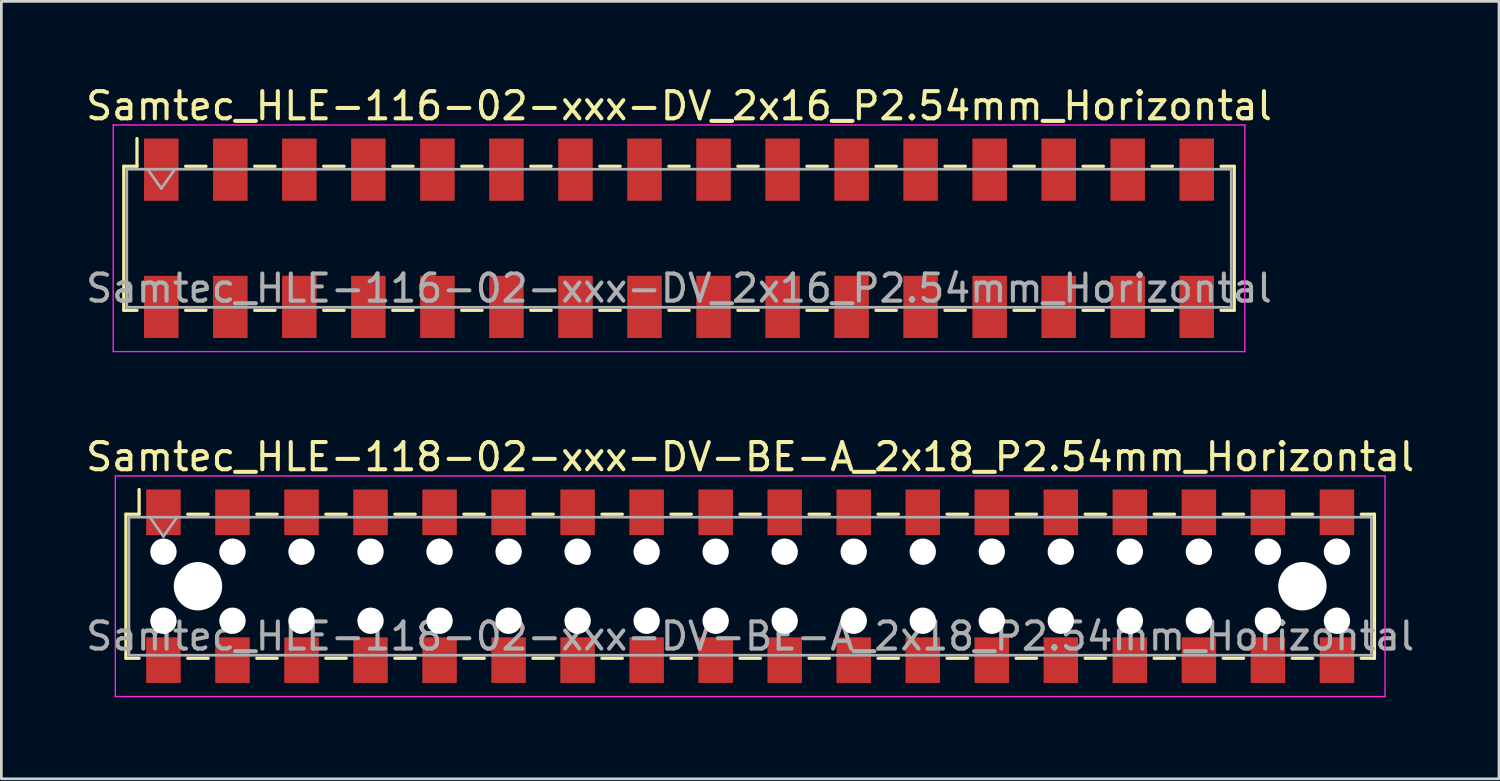
<source format=kicad_pcb>
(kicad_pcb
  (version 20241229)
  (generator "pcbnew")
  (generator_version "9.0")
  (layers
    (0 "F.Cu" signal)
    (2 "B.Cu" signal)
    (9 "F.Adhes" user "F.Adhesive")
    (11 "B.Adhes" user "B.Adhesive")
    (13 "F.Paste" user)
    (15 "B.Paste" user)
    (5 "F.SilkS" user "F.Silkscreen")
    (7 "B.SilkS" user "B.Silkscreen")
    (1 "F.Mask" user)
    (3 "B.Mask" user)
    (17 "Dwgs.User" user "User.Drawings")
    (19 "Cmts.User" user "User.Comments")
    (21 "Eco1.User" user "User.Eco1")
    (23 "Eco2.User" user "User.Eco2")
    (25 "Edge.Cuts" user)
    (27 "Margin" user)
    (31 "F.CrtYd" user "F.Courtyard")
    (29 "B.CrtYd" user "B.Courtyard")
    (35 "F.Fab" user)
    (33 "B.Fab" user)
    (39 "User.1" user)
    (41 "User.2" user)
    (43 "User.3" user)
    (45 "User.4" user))
  (footprint "Samtec_HLE-118-02-xxx-DV-BE-A_2x18_P2.54mm_Horizontal"
    (layer "F.Cu")
    (at 24.554 18.521)
    (property "Reference" "Samtec_HLE-118-02-xxx-DV-BE-A_2x18_P2.54mm_Horizontal" (at 0 -4.76 0) (layer "F.SilkS") (effects (font (size 1 1) (thickness 0.15))))
    (attr smd)
    (fp_line (start -22.97 -2.65) (end -22.97 2.65) (stroke (width 0.12) (type solid)) (layer "F.SilkS"))
    (fp_line (start -22.97 2.65) (end -22.485 2.65) (stroke (width 0.12) (type solid)) (layer "F.SilkS"))
    (fp_line (start -22.485 -3.56) (end -22.485 -2.65) (stroke (width 0.12) (type solid)) (layer "F.SilkS"))
    (fp_line (start -22.485 -2.65) (end -22.97 -2.65) (stroke (width 0.12) (type solid)) (layer "F.SilkS"))
    (fp_line (start -20.695 -2.65) (end -19.945 -2.65) (stroke (width 0.12) (type solid)) (layer "F.SilkS"))
    (fp_line (start -20.695 2.65) (end -19.945 2.65) (stroke (width 0.12) (type solid)) (layer "F.SilkS"))
    (fp_line (start -18.155 -2.65) (end -17.405 -2.65) (stroke (width 0.12) (type solid)) (layer "F.SilkS"))
    (fp_line (start -18.155 2.65) (end -17.405 2.65) (stroke (width 0.12) (type solid)) (layer "F.SilkS"))
    (fp_line (start -15.615 -2.65) (end -14.865 -2.65) (stroke (width 0.12) (type solid)) (layer "F.SilkS"))
    (fp_line (start -15.615 2.65) (end -14.865 2.65) (stroke (width 0.12) (type solid)) (layer "F.SilkS"))
    (fp_line (start -13.075 -2.65) (end -12.325 -2.65) (stroke (width 0.12) (type solid)) (layer "F.SilkS"))
    (fp_line (start -13.075 2.65) (end -12.325 2.65) (stroke (width 0.12) (type solid)) (layer "F.SilkS"))
    (fp_line (start -10.535 -2.65) (end -9.785 -2.65) (stroke (width 0.12) (type solid)) (layer "F.SilkS"))
    (fp_line (start -10.535 2.65) (end -9.785 2.65) (stroke (width 0.12) (type solid)) (layer "F.SilkS"))
    (fp_line (start -7.995 -2.65) (end -7.245 -2.65) (stroke (width 0.12) (type solid)) (layer "F.SilkS"))
    (fp_line (start -7.995 2.65) (end -7.245 2.65) (stroke (width 0.12) (type solid)) (layer "F.SilkS"))
    (fp_line (start -5.455 -2.65) (end -4.705 -2.65) (stroke (width 0.12) (type solid)) (layer "F.SilkS"))
    (fp_line (start -5.455 2.65) (end -4.705 2.65) (stroke (width 0.12) (type solid)) (layer "F.SilkS"))
    (fp_line (start -2.915 -2.65) (end -2.165 -2.65) (stroke (width 0.12) (type solid)) (layer "F.SilkS"))
    (fp_line (start -2.915 2.65) (end -2.165 2.65) (stroke (width 0.12) (type solid)) (layer "F.SilkS"))
    (fp_line (start -0.375 -2.65) (end 0.375 -2.65) (stroke (width 0.12) (type solid)) (layer "F.SilkS"))
    (fp_line (start -0.375 2.65) (end 0.375 2.65) (stroke (width 0.12) (type solid)) (layer "F.SilkS"))
    (fp_line (start 2.165 -2.65) (end 2.915 -2.65) (stroke (width 0.12) (type solid)) (layer "F.SilkS"))
    (fp_line (start 2.165 2.65) (end 2.915 2.65) (stroke (width 0.12) (type solid)) (layer "F.SilkS"))
    (fp_line (start 4.705 -2.65) (end 5.455 -2.65) (stroke (width 0.12) (type solid)) (layer "F.SilkS"))
    (fp_line (start 4.705 2.65) (end 5.455 2.65) (stroke (width 0.12) (type solid)) (layer "F.SilkS"))
    (fp_line (start 7.245 -2.65) (end 7.995 -2.65) (stroke (width 0.12) (type solid)) (layer "F.SilkS"))
    (fp_line (start 7.245 2.65) (end 7.995 2.65) (stroke (width 0.12) (type solid)) (layer "F.SilkS"))
    (fp_line (start 9.785 -2.65) (end 10.535 -2.65) (stroke (width 0.12) (type solid)) (layer "F.SilkS"))
    (fp_line (start 9.785 2.65) (end 10.535 2.65) (stroke (width 0.12) (type solid)) (layer "F.SilkS"))
    (fp_line (start 12.325 -2.65) (end 13.075 -2.65) (stroke (width 0.12) (type solid)) (layer "F.SilkS"))
    (fp_line (start 12.325 2.65) (end 13.075 2.65) (stroke (width 0.12) (type solid)) (layer "F.SilkS"))
    (fp_line (start 14.865 -2.65) (end 15.615 -2.65) (stroke (width 0.12) (type solid)) (layer "F.SilkS"))
    (fp_line (start 14.865 2.65) (end 15.615 2.65) (stroke (width 0.12) (type solid)) (layer "F.SilkS"))
    (fp_line (start 17.405 -2.65) (end 18.155 -2.65) (stroke (width 0.12) (type solid)) (layer "F.SilkS"))
    (fp_line (start 17.405 2.65) (end 18.155 2.65) (stroke (width 0.12) (type solid)) (layer "F.SilkS"))
    (fp_line (start 19.945 -2.65) (end 20.695 -2.65) (stroke (width 0.12) (type solid)) (layer "F.SilkS"))
    (fp_line (start 19.945 2.65) (end 20.695 2.65) (stroke (width 0.12) (type solid)) (layer "F.SilkS"))
    (fp_line (start 22.485 -2.65) (end 22.97 -2.65) (stroke (width 0.12) (type solid)) (layer "F.SilkS"))
    (fp_line (start 22.97 -2.65) (end 22.97 2.65) (stroke (width 0.12) (type solid)) (layer "F.SilkS"))
    (fp_line (start 22.97 2.65) (end 22.485 2.65) (stroke (width 0.12) (type solid)) (layer "F.SilkS"))
    (fp_line (start -23.36 -4.06) (end 23.36 -4.06) (stroke (width 0.05) (type solid)) (layer "F.CrtYd"))
    (fp_line (start -23.36 4.06) (end -23.36 -4.06) (stroke (width 0.05) (type solid)) (layer "F.CrtYd"))
    (fp_line (start 23.36 -4.06) (end 23.36 4.06) (stroke (width 0.05) (type solid)) (layer "F.CrtYd"))
    (fp_line (start 23.36 4.06) (end -23.36 4.06) (stroke (width 0.05) (type solid)) (layer "F.CrtYd"))
    (fp_line (start -22.86 -2.54) (end 22.86 -2.54) (stroke (width 0.1) (type solid)) (layer "F.Fab"))
    (fp_line (start -22.86 2.54) (end -22.86 -2.54) (stroke (width 0.1) (type solid)) (layer "F.Fab"))
    (fp_line (start -22.09 -2.54) (end -21.59 -1.833) (stroke (width 0.1) (type solid)) (layer "F.Fab"))
    (fp_line (start -21.59 -1.833) (end -21.09 -2.54) (stroke (width 0.1) (type solid)) (layer "F.Fab"))
    (fp_line (start 22.86 -2.54) (end 22.86 2.54) (stroke (width 0.1) (type solid)) (layer "F.Fab"))
    (fp_line (start 22.86 2.54) (end -22.86 2.54) (stroke (width 0.1) (type solid)) (layer "F.Fab"))
    (fp_text user "${REFERENCE}" (at 0 1.84 0) (layer "F.Fab") (effects (font (size 1 1) (thickness 0.15))))
    (pad "" np_thru_hole circle (at -21.59 -1.27) (size 0.97 0.97) (drill 0.97) (layers "*.Cu" "*.Mask"))
    (pad "" np_thru_hole circle (at -21.59 1.27) (size 0.97 0.97) (drill 0.97) (layers "*.Cu" "*.Mask"))
    (pad "" np_thru_hole circle (at -20.32 0) (size 1.78 1.78) (drill 1.78) (layers "*.Cu" "*.Mask"))
    (pad "" np_thru_hole circle (at -19.05 -1.27) (size 0.97 0.97) (drill 0.97) (layers "*.Cu" "*.Mask"))
    (pad "" np_thru_hole circle (at -19.05 1.27) (size 0.97 0.97) (drill 0.97) (layers "*.Cu" "*.Mask"))
    (pad "" np_thru_hole circle (at -16.51 -1.27) (size 0.97 0.97) (drill 0.97) (layers "*.Cu" "*.Mask"))
    (pad "" np_thru_hole circle (at -16.51 1.27) (size 0.97 0.97) (drill 0.97) (layers "*.Cu" "*.Mask"))
    (pad "" np_thru_hole circle (at -13.97 -1.27) (size 0.97 0.97) (drill 0.97) (layers "*.Cu" "*.Mask"))
    (pad "" np_thru_hole circle (at -13.97 1.27) (size 0.97 0.97) (drill 0.97) (layers "*.Cu" "*.Mask"))
    (pad "" np_thru_hole circle (at -11.43 -1.27) (size 0.97 0.97) (drill 0.97) (layers "*.Cu" "*.Mask"))
    (pad "" np_thru_hole circle (at -11.43 1.27) (size 0.97 0.97) (drill 0.97) (layers "*.Cu" "*.Mask"))
    (pad "" np_thru_hole circle (at -8.89 -1.27) (size 0.97 0.97) (drill 0.97) (layers "*.Cu" "*.Mask"))
    (pad "" np_thru_hole circle (at -8.89 1.27) (size 0.97 0.97) (drill 0.97) (layers "*.Cu" "*.Mask"))
    (pad "" np_thru_hole circle (at -6.35 -1.27) (size 0.97 0.97) (drill 0.97) (layers "*.Cu" "*.Mask"))
    (pad "" np_thru_hole circle (at -6.35 1.27) (size 0.97 0.97) (drill 0.97) (layers "*.Cu" "*.Mask"))
    (pad "" np_thru_hole circle (at -3.81 -1.27) (size 0.97 0.97) (drill 0.97) (layers "*.Cu" "*.Mask"))
    (pad "" np_thru_hole circle (at -3.81 1.27) (size 0.97 0.97) (drill 0.97) (layers "*.Cu" "*.Mask"))
    (pad "" np_thru_hole circle (at -1.27 -1.27) (size 0.97 0.97) (drill 0.97) (layers "*.Cu" "*.Mask"))
    (pad "" np_thru_hole circle (at -1.27 1.27) (size 0.97 0.97) (drill 0.97) (layers "*.Cu" "*.Mask"))
    (pad "" np_thru_hole circle (at 1.27 -1.27) (size 0.97 0.97) (drill 0.97) (layers "*.Cu" "*.Mask"))
    (pad "" np_thru_hole circle (at 1.27 1.27) (size 0.97 0.97) (drill 0.97) (layers "*.Cu" "*.Mask"))
    (pad "" np_thru_hole circle (at 3.81 -1.27) (size 0.97 0.97) (drill 0.97) (layers "*.Cu" "*.Mask"))
    (pad "" np_thru_hole circle (at 3.81 1.27) (size 0.97 0.97) (drill 0.97) (layers "*.Cu" "*.Mask"))
    (pad "" np_thru_hole circle (at 6.35 -1.27) (size 0.97 0.97) (drill 0.97) (layers "*.Cu" "*.Mask"))
    (pad "" np_thru_hole circle (at 6.35 1.27) (size 0.97 0.97) (drill 0.97) (layers "*.Cu" "*.Mask"))
    (pad "" np_thru_hole circle (at 8.89 -1.27) (size 0.97 0.97) (drill 0.97) (layers "*.Cu" "*.Mask"))
    (pad "" np_thru_hole circle (at 8.89 1.27) (size 0.97 0.97) (drill 0.97) (layers "*.Cu" "*.Mask"))
    (pad "" np_thru_hole circle (at 11.43 -1.27) (size 0.97 0.97) (drill 0.97) (layers "*.Cu" "*.Mask"))
    (pad "" np_thru_hole circle (at 11.43 1.27) (size 0.97 0.97) (drill 0.97) (layers "*.Cu" "*.Mask"))
    (pad "" np_thru_hole circle (at 13.97 -1.27) (size 0.97 0.97) (drill 0.97) (layers "*.Cu" "*.Mask"))
    (pad "" np_thru_hole circle (at 13.97 1.27) (size 0.97 0.97) (drill 0.97) (layers "*.Cu" "*.Mask"))
    (pad "" np_thru_hole circle (at 16.51 -1.27) (size 0.97 0.97) (drill 0.97) (layers "*.Cu" "*.Mask"))
    (pad "" np_thru_hole circle (at 16.51 1.27) (size 0.97 0.97) (drill 0.97) (layers "*.Cu" "*.Mask"))
    (pad "" np_thru_hole circle (at 19.05 -1.27) (size 0.97 0.97) (drill 0.97) (layers "*.Cu" "*.Mask"))
    (pad "" np_thru_hole circle (at 19.05 1.27) (size 0.97 0.97) (drill 0.97) (layers "*.Cu" "*.Mask"))
    (pad "" np_thru_hole circle (at 20.32 0) (size 1.78 1.78) (drill 1.78) (layers "*.Cu" "*.Mask"))
    (pad "" np_thru_hole circle (at 21.59 -1.27) (size 0.97 0.97) (drill 0.97) (layers "*.Cu" "*.Mask"))
    (pad "" np_thru_hole circle (at 21.59 1.27) (size 0.97 0.97) (drill 0.97) (layers "*.Cu" "*.Mask"))
    (pad "1" smd rect (at -21.59 -2.72) (size 1.27 1.68) (layers "F.Cu" "F.Mask" "F.Paste"))
    (pad "2" smd rect (at -21.59 2.72) (size 1.27 1.68) (layers "F.Cu" "F.Mask" "F.Paste"))
    (pad "3" smd rect (at -19.05 -2.72) (size 1.27 1.68) (layers "F.Cu" "F.Mask" "F.Paste"))
    (pad "4" smd rect (at -19.05 2.72) (size 1.27 1.68) (layers "F.Cu" "F.Mask" "F.Paste"))
    (pad "5" smd rect (at -16.51 -2.72) (size 1.27 1.68) (layers "F.Cu" "F.Mask" "F.Paste"))
    (pad "6" smd rect (at -16.51 2.72) (size 1.27 1.68) (layers "F.Cu" "F.Mask" "F.Paste"))
    (pad "7" smd rect (at -13.97 -2.72) (size 1.27 1.68) (layers "F.Cu" "F.Mask" "F.Paste"))
    (pad "8" smd rect (at -13.97 2.72) (size 1.27 1.68) (layers "F.Cu" "F.Mask" "F.Paste"))
    (pad "9" smd rect (at -11.43 -2.72) (size 1.27 1.68) (layers "F.Cu" "F.Mask" "F.Paste"))
    (pad "10" smd rect (at -11.43 2.72) (size 1.27 1.68) (layers "F.Cu" "F.Mask" "F.Paste"))
    (pad "11" smd rect (at -8.89 -2.72) (size 1.27 1.68) (layers "F.Cu" "F.Mask" "F.Paste"))
    (pad "12" smd rect (at -8.89 2.72) (size 1.27 1.68) (layers "F.Cu" "F.Mask" "F.Paste"))
    (pad "13" smd rect (at -6.35 -2.72) (size 1.27 1.68) (layers "F.Cu" "F.Mask" "F.Paste"))
    (pad "14" smd rect (at -6.35 2.72) (size 1.27 1.68) (layers "F.Cu" "F.Mask" "F.Paste"))
    (pad "15" smd rect (at -3.81 -2.72) (size 1.27 1.68) (layers "F.Cu" "F.Mask" "F.Paste"))
    (pad "16" smd rect (at -3.81 2.72) (size 1.27 1.68) (layers "F.Cu" "F.Mask" "F.Paste"))
    (pad "17" smd rect (at -1.27 -2.72) (size 1.27 1.68) (layers "F.Cu" "F.Mask" "F.Paste"))
    (pad "18" smd rect (at -1.27 2.72) (size 1.27 1.68) (layers "F.Cu" "F.Mask" "F.Paste"))
    (pad "19" smd rect (at 1.27 -2.72) (size 1.27 1.68) (layers "F.Cu" "F.Mask" "F.Paste"))
    (pad "20" smd rect (at 1.27 2.72) (size 1.27 1.68) (layers "F.Cu" "F.Mask" "F.Paste"))
    (pad "21" smd rect (at 3.81 -2.72) (size 1.27 1.68) (layers "F.Cu" "F.Mask" "F.Paste"))
    (pad "22" smd rect (at 3.81 2.72) (size 1.27 1.68) (layers "F.Cu" "F.Mask" "F.Paste"))
    (pad "23" smd rect (at 6.35 -2.72) (size 1.27 1.68) (layers "F.Cu" "F.Mask" "F.Paste"))
    (pad "24" smd rect (at 6.35 2.72) (size 1.27 1.68) (layers "F.Cu" "F.Mask" "F.Paste"))
    (pad "25" smd rect (at 8.89 -2.72) (size 1.27 1.68) (layers "F.Cu" "F.Mask" "F.Paste"))
    (pad "26" smd rect (at 8.89 2.72) (size 1.27 1.68) (layers "F.Cu" "F.Mask" "F.Paste"))
    (pad "27" smd rect (at 11.43 -2.72) (size 1.27 1.68) (layers "F.Cu" "F.Mask" "F.Paste"))
    (pad "28" smd rect (at 11.43 2.72) (size 1.27 1.68) (layers "F.Cu" "F.Mask" "F.Paste"))
    (pad "29" smd rect (at 13.97 -2.72) (size 1.27 1.68) (layers "F.Cu" "F.Mask" "F.Paste"))
    (pad "30" smd rect (at 13.97 2.72) (size 1.27 1.68) (layers "F.Cu" "F.Mask" "F.Paste"))
    (pad "31" smd rect (at 16.51 -2.72) (size 1.27 1.68) (layers "F.Cu" "F.Mask" "F.Paste"))
    (pad "32" smd rect (at 16.51 2.72) (size 1.27 1.68) (layers "F.Cu" "F.Mask" "F.Paste"))
    (pad "33" smd rect (at 19.05 -2.72) (size 1.27 1.68) (layers "F.Cu" "F.Mask" "F.Paste"))
    (pad "34" smd rect (at 19.05 2.72) (size 1.27 1.68) (layers "F.Cu" "F.Mask" "F.Paste"))
    (pad "35" smd rect (at 21.59 -2.72) (size 1.27 1.68) (layers "F.Cu" "F.Mask" "F.Paste"))
    (pad "36" smd rect (at 21.59 2.72) (size 1.27 1.68) (layers "F.Cu" "F.Mask" "F.Paste")))
  (footprint "Samtec_HLE-116-02-xxx-DV_2x16_P2.54mm_Horizontal"
    (layer "F.Cu")
    (at 21.935 5.718)
    (property "Reference" "Samtec_HLE-116-02-xxx-DV_2x16_P2.54mm_Horizontal" (at 0 -4.87 0) (layer "F.SilkS") (effects (font (size 1 1) (thickness 0.15))))
    (attr smd)
    (fp_line (start -20.43 -2.65) (end -20.43 2.65) (stroke (width 0.12) (type solid)) (layer "F.SilkS"))
    (fp_line (start -20.43 2.65) (end -19.945 2.65) (stroke (width 0.12) (type solid)) (layer "F.SilkS"))
    (fp_line (start -19.945 -3.67) (end -19.945 -2.65) (stroke (width 0.12) (type solid)) (layer "F.SilkS"))
    (fp_line (start -19.945 -2.65) (end -20.43 -2.65) (stroke (width 0.12) (type solid)) (layer "F.SilkS"))
    (fp_line (start -18.155 -2.65) (end -17.405 -2.65) (stroke (width 0.12) (type solid)) (layer "F.SilkS"))
    (fp_line (start -18.155 2.65) (end -17.405 2.65) (stroke (width 0.12) (type solid)) (layer "F.SilkS"))
    (fp_line (start -15.615 -2.65) (end -14.865 -2.65) (stroke (width 0.12) (type solid)) (layer "F.SilkS"))
    (fp_line (start -15.615 2.65) (end -14.865 2.65) (stroke (width 0.12) (type solid)) (layer "F.SilkS"))
    (fp_line (start -13.075 -2.65) (end -12.325 -2.65) (stroke (width 0.12) (type solid)) (layer "F.SilkS"))
    (fp_line (start -13.075 2.65) (end -12.325 2.65) (stroke (width 0.12) (type solid)) (layer "F.SilkS"))
    (fp_line (start -10.535 -2.65) (end -9.785 -2.65) (stroke (width 0.12) (type solid)) (layer "F.SilkS"))
    (fp_line (start -10.535 2.65) (end -9.785 2.65) (stroke (width 0.12) (type solid)) (layer "F.SilkS"))
    (fp_line (start -7.995 -2.65) (end -7.245 -2.65) (stroke (width 0.12) (type solid)) (layer "F.SilkS"))
    (fp_line (start -7.995 2.65) (end -7.245 2.65) (stroke (width 0.12) (type solid)) (layer "F.SilkS"))
    (fp_line (start -5.455 -2.65) (end -4.705 -2.65) (stroke (width 0.12) (type solid)) (layer "F.SilkS"))
    (fp_line (start -5.455 2.65) (end -4.705 2.65) (stroke (width 0.12) (type solid)) (layer "F.SilkS"))
    (fp_line (start -2.915 -2.65) (end -2.165 -2.65) (stroke (width 0.12) (type solid)) (layer "F.SilkS"))
    (fp_line (start -2.915 2.65) (end -2.165 2.65) (stroke (width 0.12) (type solid)) (layer "F.SilkS"))
    (fp_line (start -0.375 -2.65) (end 0.375 -2.65) (stroke (width 0.12) (type solid)) (layer "F.SilkS"))
    (fp_line (start -0.375 2.65) (end 0.375 2.65) (stroke (width 0.12) (type solid)) (layer "F.SilkS"))
    (fp_line (start 2.165 -2.65) (end 2.915 -2.65) (stroke (width 0.12) (type solid)) (layer "F.SilkS"))
    (fp_line (start 2.165 2.65) (end 2.915 2.65) (stroke (width 0.12) (type solid)) (layer "F.SilkS"))
    (fp_line (start 4.705 -2.65) (end 5.455 -2.65) (stroke (width 0.12) (type solid)) (layer "F.SilkS"))
    (fp_line (start 4.705 2.65) (end 5.455 2.65) (stroke (width 0.12) (type solid)) (layer "F.SilkS"))
    (fp_line (start 7.245 -2.65) (end 7.995 -2.65) (stroke (width 0.12) (type solid)) (layer "F.SilkS"))
    (fp_line (start 7.245 2.65) (end 7.995 2.65) (stroke (width 0.12) (type solid)) (layer "F.SilkS"))
    (fp_line (start 9.785 -2.65) (end 10.535 -2.65) (stroke (width 0.12) (type solid)) (layer "F.SilkS"))
    (fp_line (start 9.785 2.65) (end 10.535 2.65) (stroke (width 0.12) (type solid)) (layer "F.SilkS"))
    (fp_line (start 12.325 -2.65) (end 13.075 -2.65) (stroke (width 0.12) (type solid)) (layer "F.SilkS"))
    (fp_line (start 12.325 2.65) (end 13.075 2.65) (stroke (width 0.12) (type solid)) (layer "F.SilkS"))
    (fp_line (start 14.865 -2.65) (end 15.615 -2.65) (stroke (width 0.12) (type solid)) (layer "F.SilkS"))
    (fp_line (start 14.865 2.65) (end 15.615 2.65) (stroke (width 0.12) (type solid)) (layer "F.SilkS"))
    (fp_line (start 17.405 -2.65) (end 18.155 -2.65) (stroke (width 0.12) (type solid)) (layer "F.SilkS"))
    (fp_line (start 17.405 2.65) (end 18.155 2.65) (stroke (width 0.12) (type solid)) (layer "F.SilkS"))
    (fp_line (start 19.945 -2.65) (end 20.43 -2.65) (stroke (width 0.12) (type solid)) (layer "F.SilkS"))
    (fp_line (start 20.43 -2.65) (end 20.43 2.65) (stroke (width 0.12) (type solid)) (layer "F.SilkS"))
    (fp_line (start 20.43 2.65) (end 19.945 2.65) (stroke (width 0.12) (type solid)) (layer "F.SilkS"))
    (fp_line (start -20.82 -4.17) (end 20.82 -4.17) (stroke (width 0.05) (type solid)) (layer "F.CrtYd"))
    (fp_line (start -20.82 4.17) (end -20.82 -4.17) (stroke (width 0.05) (type solid)) (layer "F.CrtYd"))
    (fp_line (start 20.82 -4.17) (end 20.82 4.17) (stroke (width 0.05) (type solid)) (layer "F.CrtYd"))
    (fp_line (start 20.82 4.17) (end -20.82 4.17) (stroke (width 0.05) (type solid)) (layer "F.CrtYd"))
    (fp_line (start -20.32 -2.54) (end 20.32 -2.54) (stroke (width 0.1) (type solid)) (layer "F.Fab"))
    (fp_line (start -20.32 2.54) (end -20.32 -2.54) (stroke (width 0.1) (type solid)) (layer "F.Fab"))
    (fp_line (start -19.55 -2.54) (end -19.05 -1.833) (stroke (width 0.1) (type solid)) (layer "F.Fab"))
    (fp_line (start -19.05 -1.833) (end -18.55 -2.54) (stroke (width 0.1) (type solid)) (layer "F.Fab"))
    (fp_line (start 20.32 -2.54) (end 20.32 2.54) (stroke (width 0.1) (type solid)) (layer "F.Fab"))
    (fp_line (start 20.32 2.54) (end -20.32 2.54) (stroke (width 0.1) (type solid)) (layer "F.Fab"))
    (fp_text user "${REFERENCE}" (at 0 1.84 0) (layer "F.Fab") (effects (font (size 1 1) (thickness 0.15))))
    (pad "1" smd rect (at -19.05 -2.525) (size 1.27 2.29) (layers "F.Cu" "F.Mask" "F.Paste"))
    (pad "2" smd rect (at -19.05 2.525) (size 1.27 2.29) (layers "F.Cu" "F.Mask" "F.Paste"))
    (pad "3" smd rect (at -16.51 -2.525) (size 1.27 2.29) (layers "F.Cu" "F.Mask" "F.Paste"))
    (pad "4" smd rect (at -16.51 2.525) (size 1.27 2.29) (layers "F.Cu" "F.Mask" "F.Paste"))
    (pad "5" smd rect (at -13.97 -2.525) (size 1.27 2.29) (layers "F.Cu" "F.Mask" "F.Paste"))
    (pad "6" smd rect (at -13.97 2.525) (size 1.27 2.29) (layers "F.Cu" "F.Mask" "F.Paste"))
    (pad "7" smd rect (at -11.43 -2.525) (size 1.27 2.29) (layers "F.Cu" "F.Mask" "F.Paste"))
    (pad "8" smd rect (at -11.43 2.525) (size 1.27 2.29) (layers "F.Cu" "F.Mask" "F.Paste"))
    (pad "9" smd rect (at -8.89 -2.525) (size 1.27 2.29) (layers "F.Cu" "F.Mask" "F.Paste"))
    (pad "10" smd rect (at -8.89 2.525) (size 1.27 2.29) (layers "F.Cu" "F.Mask" "F.Paste"))
    (pad "11" smd rect (at -6.35 -2.525) (size 1.27 2.29) (layers "F.Cu" "F.Mask" "F.Paste"))
    (pad "12" smd rect (at -6.35 2.525) (size 1.27 2.29) (layers "F.Cu" "F.Mask" "F.Paste"))
    (pad "13" smd rect (at -3.81 -2.525) (size 1.27 2.29) (layers "F.Cu" "F.Mask" "F.Paste"))
    (pad "14" smd rect (at -3.81 2.525) (size 1.27 2.29) (layers "F.Cu" "F.Mask" "F.Paste"))
    (pad "15" smd rect (at -1.27 -2.525) (size 1.27 2.29) (layers "F.Cu" "F.Mask" "F.Paste"))
    (pad "16" smd rect (at -1.27 2.525) (size 1.27 2.29) (layers "F.Cu" "F.Mask" "F.Paste"))
    (pad "17" smd rect (at 1.27 -2.525) (size 1.27 2.29) (layers "F.Cu" "F.Mask" "F.Paste"))
    (pad "18" smd rect (at 1.27 2.525) (size 1.27 2.29) (layers "F.Cu" "F.Mask" "F.Paste"))
    (pad "19" smd rect (at 3.81 -2.525) (size 1.27 2.29) (layers "F.Cu" "F.Mask" "F.Paste"))
    (pad "20" smd rect (at 3.81 2.525) (size 1.27 2.29) (layers "F.Cu" "F.Mask" "F.Paste"))
    (pad "21" smd rect (at 6.35 -2.525) (size 1.27 2.29) (layers "F.Cu" "F.Mask" "F.Paste"))
    (pad "22" smd rect (at 6.35 2.525) (size 1.27 2.29) (layers "F.Cu" "F.Mask" "F.Paste"))
    (pad "23" smd rect (at 8.89 -2.525) (size 1.27 2.29) (layers "F.Cu" "F.Mask" "F.Paste"))
    (pad "24" smd rect (at 8.89 2.525) (size 1.27 2.29) (layers "F.Cu" "F.Mask" "F.Paste"))
    (pad "25" smd rect (at 11.43 -2.525) (size 1.27 2.29) (layers "F.Cu" "F.Mask" "F.Paste"))
    (pad "26" smd rect (at 11.43 2.525) (size 1.27 2.29) (layers "F.Cu" "F.Mask" "F.Paste"))
    (pad "27" smd rect (at 13.97 -2.525) (size 1.27 2.29) (layers "F.Cu" "F.Mask" "F.Paste"))
    (pad "28" smd rect (at 13.97 2.525) (size 1.27 2.29) (layers "F.Cu" "F.Mask" "F.Paste"))
    (pad "29" smd rect (at 16.51 -2.525) (size 1.27 2.29) (layers "F.Cu" "F.Mask" "F.Paste"))
    (pad "30" smd rect (at 16.51 2.525) (size 1.27 2.29) (layers "F.Cu" "F.Mask" "F.Paste"))
    (pad "31" smd rect (at 19.05 -2.525) (size 1.27 2.29) (layers "F.Cu" "F.Mask" "F.Paste"))
    (pad "32" smd rect (at 19.05 2.525) (size 1.27 2.29) (layers "F.Cu" "F.Mask" "F.Paste")))
  (gr_rect
    (start -3 -3)
    (end 52.107 25.607)
    (stroke (width 0.1) (type default))
    (fill no)
    (layer "Edge.Cuts")))
</source>
